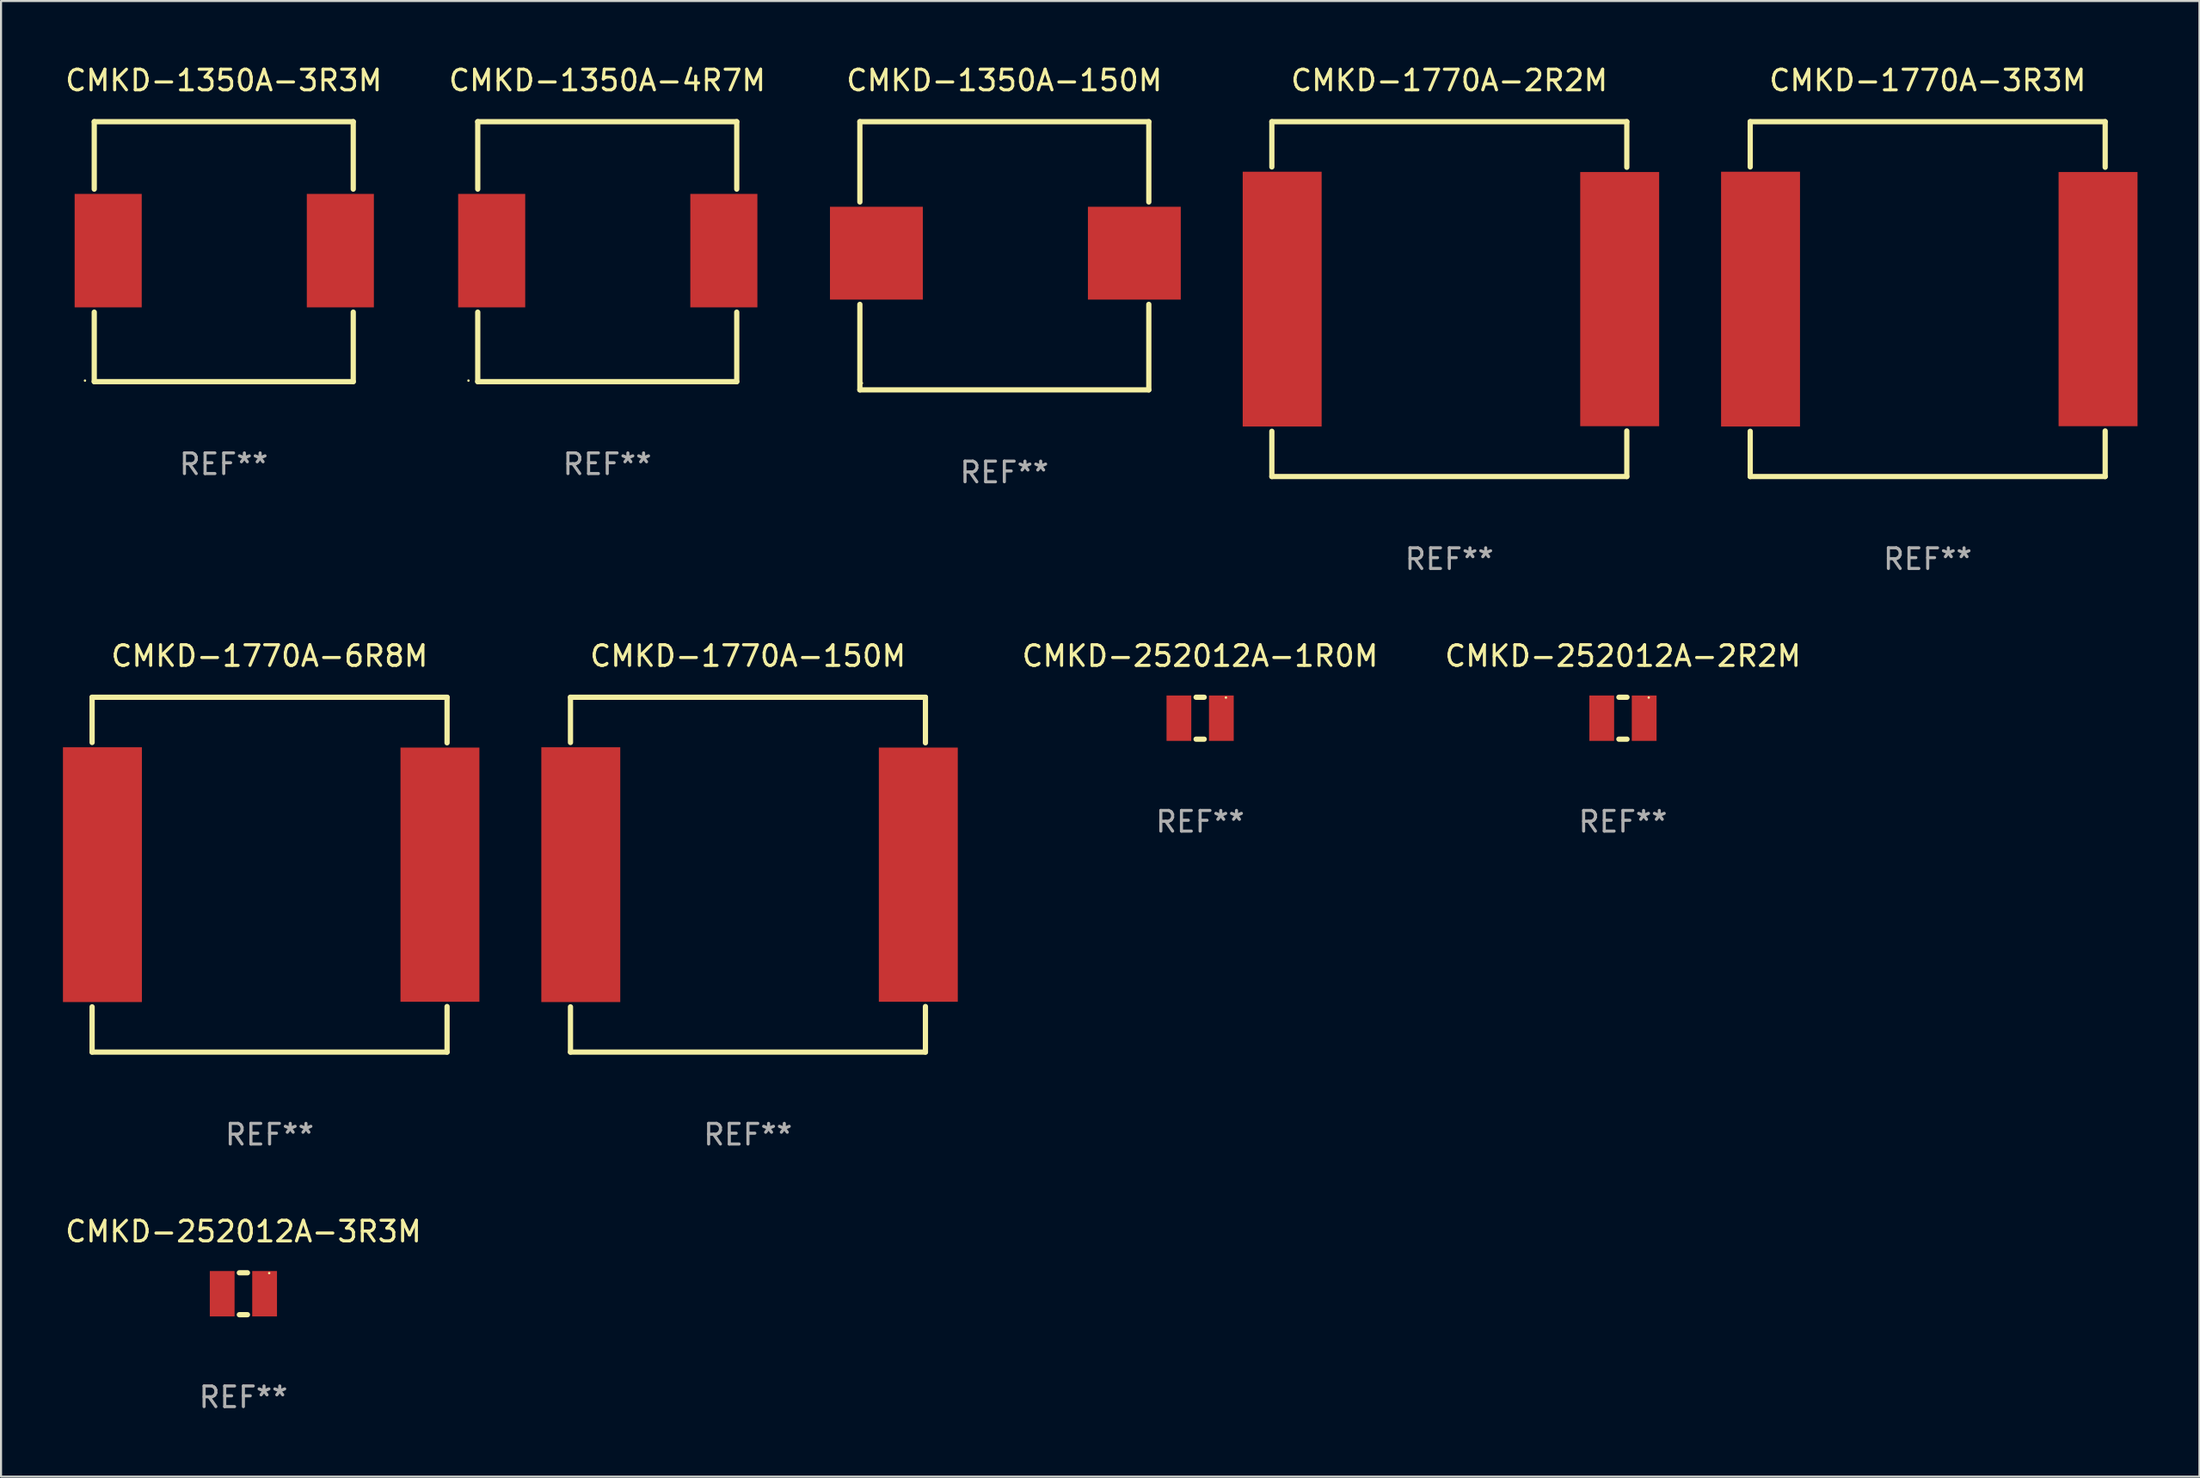
<source format=kicad_pcb>
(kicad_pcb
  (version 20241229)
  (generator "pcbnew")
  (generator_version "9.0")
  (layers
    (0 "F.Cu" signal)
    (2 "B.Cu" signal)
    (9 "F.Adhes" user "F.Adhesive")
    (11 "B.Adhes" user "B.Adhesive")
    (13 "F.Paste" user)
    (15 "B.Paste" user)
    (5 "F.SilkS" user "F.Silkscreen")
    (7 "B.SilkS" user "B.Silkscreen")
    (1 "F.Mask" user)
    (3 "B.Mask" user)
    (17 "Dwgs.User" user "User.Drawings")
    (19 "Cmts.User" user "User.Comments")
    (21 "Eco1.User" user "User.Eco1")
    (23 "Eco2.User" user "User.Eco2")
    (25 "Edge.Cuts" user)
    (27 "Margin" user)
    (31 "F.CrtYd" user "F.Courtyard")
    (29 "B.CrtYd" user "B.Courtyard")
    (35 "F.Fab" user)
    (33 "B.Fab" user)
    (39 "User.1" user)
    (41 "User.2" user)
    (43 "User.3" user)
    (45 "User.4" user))
  (footprint "CMKD-1350A-4R7M"
    (layer "F.Cu")
    (at 26.375 9.148)
    (property "Reference" "CMKD-1350A-4R7M" (at 0 -8.3 0) (layer "F.SilkS") (effects (font (size 1 1) (thickness 0.15))))
    (attr through_hole)
    (fp_line (start -6.275 -6.3) (end 6.275 -6.3) (stroke (width 0.254) (type solid)) (layer "F.SilkS"))
    (fp_line (start -6.275 -3.031) (end -6.275 -6.3) (stroke (width 0.254) (type solid)) (layer "F.SilkS"))
    (fp_line (start -6.275 6.3) (end -6.275 2.931) (stroke (width 0.254) (type solid)) (layer "F.SilkS"))
    (fp_line (start 6.275 -6.3) (end 6.275 -3.031) (stroke (width 0.254) (type solid)) (layer "F.SilkS"))
    (fp_line (start 6.275 2.931) (end 6.275 6.3) (stroke (width 0.254) (type solid)) (layer "F.SilkS"))
    (fp_line (start 6.275 6.3) (end -6.275 6.3) (stroke (width 0.254) (type solid)) (layer "F.SilkS"))
    (fp_circle (center -6.725 6.25) (end -6.695 6.25) (stroke (width 0.06) (type solid)) (fill no) (layer "F.SilkS"))
    (fp_text user "REF**" (at 0 10.3 0) (layer "F.Fab") (effects (font (size 1 1) (thickness 0.15))))
    (pad "1" smd rect (at -5.6 -0.05) (size 3.25 5.5) (layers "F.Cu" "F.Mask" "F.Paste"))
    (pad "2" smd rect (at 5.65 -0.05) (size 3.25 5.5) (layers "F.Cu" "F.Mask" "F.Paste")))
  (footprint "CMKD-252012A-2R2M"
    (layer "F.Cu")
    (at 75.592 31.761)
    (property "Reference" "CMKD-252012A-2R2M" (at 0 -3.016 0) (layer "F.SilkS") (effects (font (size 1 1) (thickness 0.15))))
    (attr through_hole)
    (fp_line (start -0.197 1.016) (end 0.197 1.016) (stroke (width 0.254) (type solid)) (layer "F.SilkS"))
    (fp_line (start 0.197 -1.016) (end -0.197 -1.016) (stroke (width 0.254) (type solid)) (layer "F.SilkS"))
    (fp_circle (center 1.25 -1) (end 1.28 -1) (stroke (width 0.06) (type solid)) (fill no) (layer "F.SilkS"))
    (fp_text user "REF**" (at 0 5.016 0) (layer "F.Fab") (effects (font (size 1 1) (thickness 0.15))))
    (pad "1" smd rect (at 1.028 0) (size 1.2 2.2) (layers "F.Cu" "F.Mask" "F.Paste"))
    (pad "2" smd rect (at -1.028 0) (size 1.2 2.2) (layers "F.Cu" "F.Mask" "F.Paste")))
  (footprint "CMKD-252012A-3R3M"
    (layer "F.Cu")
    (at 8.744 59.657)
    (property "Reference" "CMKD-252012A-3R3M" (at 0 -3.016 0) (layer "F.SilkS") (effects (font (size 1 1) (thickness 0.15))))
    (attr through_hole)
    (fp_line (start -0.197 1.016) (end 0.197 1.016) (stroke (width 0.254) (type solid)) (layer "F.SilkS"))
    (fp_line (start 0.197 -1.016) (end -0.197 -1.016) (stroke (width 0.254) (type solid)) (layer "F.SilkS"))
    (fp_circle (center 1.25 -1) (end 1.28 -1) (stroke (width 0.06) (type solid)) (fill no) (layer "F.SilkS"))
    (fp_text user "REF**" (at 0 5.016 0) (layer "F.Fab") (effects (font (size 1 1) (thickness 0.15))))
    (pad "1" smd rect (at 1.028 0) (size 1.2 2.2) (layers "F.Cu" "F.Mask" "F.Paste"))
    (pad "2" smd rect (at -1.028 0) (size 1.2 2.2) (layers "F.Cu" "F.Mask" "F.Paste")))
  (footprint "CMKD-1770A-2R2M"
    (layer "F.Cu")
    (at 67.179 11.448)
    (property "Reference" "CMKD-1770A-2R2M" (at 0 -10.6 0) (layer "F.SilkS") (effects (font (size 1 1) (thickness 0.15))))
    (attr through_hole)
    (fp_line (start -8.6 -8.6) (end 8.6 -8.6) (stroke (width 0.254) (type solid)) (layer "F.SilkS"))
    (fp_line (start -8.6 -6.406) (end -8.6 -8.6) (stroke (width 0.254) (type solid)) (layer "F.SilkS"))
    (fp_line (start -8.6 8.6) (end -8.6 6.406) (stroke (width 0.254) (type solid)) (layer "F.SilkS"))
    (fp_line (start -8.6 8.6) (end 8.6 8.6) (stroke (width 0.254) (type solid)) (layer "F.SilkS"))
    (fp_line (start 8.6 -8.6) (end 8.6 -6.391) (stroke (width 0.254) (type solid)) (layer "F.SilkS"))
    (fp_line (start 8.6 6.391) (end 8.6 8.6) (stroke (width 0.254) (type solid)) (layer "F.SilkS"))
    (fp_circle (center -8.575 8.575) (end -8.545 8.575) (stroke (width 0.06) (type solid)) (fill no) (layer "F.SilkS"))
    (fp_text user "REF**" (at 0 12.6 0) (layer "F.Fab") (effects (font (size 1 1) (thickness 0.15))))
    (pad "1" smd rect (at -8.1 0) (size 3.825 12.35) (layers "F.Cu" "F.Mask" "F.Paste"))
    (pad "2" smd rect (at 8.255 0) (size 3.825 12.32) (layers "F.Cu" "F.Mask" "F.Paste")))
  (footprint "CMKD-1770A-3R3M"
    (layer "F.Cu")
    (at 90.359 11.448)
    (property "Reference" "CMKD-1770A-3R3M" (at 0 -10.6 0) (layer "F.SilkS") (effects (font (size 1 1) (thickness 0.15))))
    (attr through_hole)
    (fp_line (start -8.6 -8.6) (end 8.6 -8.6) (stroke (width 0.254) (type solid)) (layer "F.SilkS"))
    (fp_line (start -8.6 -6.406) (end -8.6 -8.6) (stroke (width 0.254) (type solid)) (layer "F.SilkS"))
    (fp_line (start -8.6 8.6) (end -8.6 6.406) (stroke (width 0.254) (type solid)) (layer "F.SilkS"))
    (fp_line (start -8.6 8.6) (end 8.6 8.6) (stroke (width 0.254) (type solid)) (layer "F.SilkS"))
    (fp_line (start 8.6 -8.6) (end 8.6 -6.391) (stroke (width 0.254) (type solid)) (layer "F.SilkS"))
    (fp_line (start 8.6 6.391) (end 8.6 8.6) (stroke (width 0.254) (type solid)) (layer "F.SilkS"))
    (fp_circle (center -8.575 8.575) (end -8.545 8.575) (stroke (width 0.06) (type solid)) (fill no) (layer "F.SilkS"))
    (fp_text user "REF**" (at 0 12.6 0) (layer "F.Fab") (effects (font (size 1 1) (thickness 0.15))))
    (pad "1" smd rect (at -8.1 0) (size 3.825 12.35) (layers "F.Cu" "F.Mask" "F.Paste"))
    (pad "2" smd rect (at 8.255 0) (size 3.825 12.32) (layers "F.Cu" "F.Mask" "F.Paste")))
  (footprint "CMKD-1350A-150M"
    (layer "F.Cu")
    (at 45.616 9.347)
    (property "Reference" "CMKD-1350A-150M" (at 0 -8.499 0) (layer "F.SilkS") (effects (font (size 1 1) (thickness 0.15))))
    (attr through_hole)
    (fp_line (start -7 -6.499) (end -7 -2.607) (stroke (width 0.254) (type solid)) (layer "F.SilkS"))
    (fp_line (start -7 -6.499) (end 7.001 -6.499) (stroke (width 0.254) (type solid)) (layer "F.SilkS"))
    (fp_line (start -7 2.355) (end -7 6.499) (stroke (width 0.254) (type solid)) (layer "F.SilkS"))
    (fp_line (start 7 6.499) (end -7.001 6.499) (stroke (width 0.254) (type solid)) (layer "F.SilkS"))
    (fp_line (start 7.001 -6.499) (end 7.001 -2.607) (stroke (width 0.254) (type solid)) (layer "F.SilkS"))
    (fp_line (start 7.001 2.355) (end 7.001 6.499) (stroke (width 0.254) (type solid)) (layer "F.SilkS"))
    (fp_circle (center -6.899 6.174) (end -6.869 6.174) (stroke (width 0.06) (type solid)) (fill no) (layer "F.SilkS"))
    (fp_text user "REF**" (at 0 10.499 0) (layer "F.Fab") (effects (font (size 1 1) (thickness 0.15))))
    (pad "1" smd rect (at -6.199 -0.126) (size 4.5 4.5) (layers "F.Cu" "F.Mask" "F.Paste"))
    (pad "2" smd rect (at 6.3 -0.126) (size 4.5 4.5) (layers "F.Cu" "F.Mask" "F.Paste")))
  (footprint "CMKD-252012A-1R0M"
    (layer "F.Cu")
    (at 55.104 31.761)
    (property "Reference" "CMKD-252012A-1R0M" (at 0 -3.016 0) (layer "F.SilkS") (effects (font (size 1 1) (thickness 0.15))))
    (attr through_hole)
    (fp_line (start -0.197 1.016) (end 0.197 1.016) (stroke (width 0.254) (type solid)) (layer "F.SilkS"))
    (fp_line (start 0.197 -1.016) (end -0.197 -1.016) (stroke (width 0.254) (type solid)) (layer "F.SilkS"))
    (fp_circle (center 1.25 -1) (end 1.28 -1) (stroke (width 0.06) (type solid)) (fill no) (layer "F.SilkS"))
    (fp_text user "REF**" (at 0 5.016 0) (layer "F.Fab") (effects (font (size 1 1) (thickness 0.15))))
    (pad "1" smd rect (at 1.028 0) (size 1.2 2.2) (layers "F.Cu" "F.Mask" "F.Paste"))
    (pad "2" smd rect (at -1.028 0) (size 1.2 2.2) (layers "F.Cu" "F.Mask" "F.Paste")))
  (footprint "CMKD-1770A-150M"
    (layer "F.Cu")
    (at 33.193 39.345)
    (property "Reference" "CMKD-1770A-150M" (at 0 -10.6 0) (layer "F.SilkS") (effects (font (size 1 1) (thickness 0.15))))
    (attr through_hole)
    (fp_line (start -8.6 -8.6) (end 8.6 -8.6) (stroke (width 0.254) (type solid)) (layer "F.SilkS"))
    (fp_line (start -8.6 -6.406) (end -8.6 -8.6) (stroke (width 0.254) (type solid)) (layer "F.SilkS"))
    (fp_line (start -8.6 8.6) (end -8.6 6.406) (stroke (width 0.254) (type solid)) (layer "F.SilkS"))
    (fp_line (start -8.6 8.6) (end 8.6 8.6) (stroke (width 0.254) (type solid)) (layer "F.SilkS"))
    (fp_line (start 8.6 -8.6) (end 8.6 -6.391) (stroke (width 0.254) (type solid)) (layer "F.SilkS"))
    (fp_line (start 8.6 6.391) (end 8.6 8.6) (stroke (width 0.254) (type solid)) (layer "F.SilkS"))
    (fp_circle (center -8.575 8.575) (end -8.545 8.575) (stroke (width 0.06) (type solid)) (fill no) (layer "F.SilkS"))
    (fp_text user "REF**" (at 0 12.6 0) (layer "F.Fab") (effects (font (size 1 1) (thickness 0.15))))
    (pad "1" smd rect (at -8.1 0) (size 3.825 12.35) (layers "F.Cu" "F.Mask" "F.Paste"))
    (pad "2" smd rect (at 8.255 0) (size 3.825 12.32) (layers "F.Cu" "F.Mask" "F.Paste")))
  (footprint "CMKD-1350A-3R3M"
    (layer "F.Cu")
    (at 7.792 9.148)
    (property "Reference" "CMKD-1350A-3R3M" (at 0 -8.3 0) (layer "F.SilkS") (effects (font (size 1 1) (thickness 0.15))))
    (attr through_hole)
    (fp_line (start -6.275 -6.3) (end 6.275 -6.3) (stroke (width 0.254) (type solid)) (layer "F.SilkS"))
    (fp_line (start -6.275 -3.031) (end -6.275 -6.3) (stroke (width 0.254) (type solid)) (layer "F.SilkS"))
    (fp_line (start -6.275 6.3) (end -6.275 2.931) (stroke (width 0.254) (type solid)) (layer "F.SilkS"))
    (fp_line (start 6.275 -6.3) (end 6.275 -3.031) (stroke (width 0.254) (type solid)) (layer "F.SilkS"))
    (fp_line (start 6.275 2.931) (end 6.275 6.3) (stroke (width 0.254) (type solid)) (layer "F.SilkS"))
    (fp_line (start 6.275 6.3) (end -6.275 6.3) (stroke (width 0.254) (type solid)) (layer "F.SilkS"))
    (fp_circle (center -6.725 6.25) (end -6.695 6.25) (stroke (width 0.06) (type solid)) (fill no) (layer "F.SilkS"))
    (fp_text user "REF**" (at 0 10.3 0) (layer "F.Fab") (effects (font (size 1 1) (thickness 0.15))))
    (pad "1" smd rect (at -5.6 -0.05) (size 3.25 5.5) (layers "F.Cu" "F.Mask" "F.Paste"))
    (pad "2" smd rect (at 5.65 -0.05) (size 3.25 5.5) (layers "F.Cu" "F.Mask" "F.Paste")))
  (footprint "CMKD-1770A-6R8M"
    (layer "F.Cu")
    (at 10.013 39.345)
    (property "Reference" "CMKD-1770A-6R8M" (at 0 -10.6 0) (layer "F.SilkS") (effects (font (size 1 1) (thickness 0.15))))
    (attr through_hole)
    (fp_line (start -8.6 -8.6) (end 8.6 -8.6) (stroke (width 0.254) (type solid)) (layer "F.SilkS"))
    (fp_line (start -8.6 -6.406) (end -8.6 -8.6) (stroke (width 0.254) (type solid)) (layer "F.SilkS"))
    (fp_line (start -8.6 8.6) (end -8.6 6.406) (stroke (width 0.254) (type solid)) (layer "F.SilkS"))
    (fp_line (start -8.6 8.6) (end 8.6 8.6) (stroke (width 0.254) (type solid)) (layer "F.SilkS"))
    (fp_line (start 8.6 -8.6) (end 8.6 -6.391) (stroke (width 0.254) (type solid)) (layer "F.SilkS"))
    (fp_line (start 8.6 6.391) (end 8.6 8.6) (stroke (width 0.254) (type solid)) (layer "F.SilkS"))
    (fp_circle (center -8.575 8.575) (end -8.545 8.575) (stroke (width 0.06) (type solid)) (fill no) (layer "F.SilkS"))
    (fp_text user "REF**" (at 0 12.6 0) (layer "F.Fab") (effects (font (size 1 1) (thickness 0.15))))
    (pad "1" smd rect (at -8.1 0) (size 3.825 12.35) (layers "F.Cu" "F.Mask" "F.Paste"))
    (pad "2" smd rect (at 8.255 0) (size 3.825 12.32) (layers "F.Cu" "F.Mask" "F.Paste")))
  (gr_rect
    (start -3 -3)
    (end 103.527 68.522)
    (stroke (width 0.1) (type default))
    (fill no)
    (layer "Edge.Cuts")))
</source>
